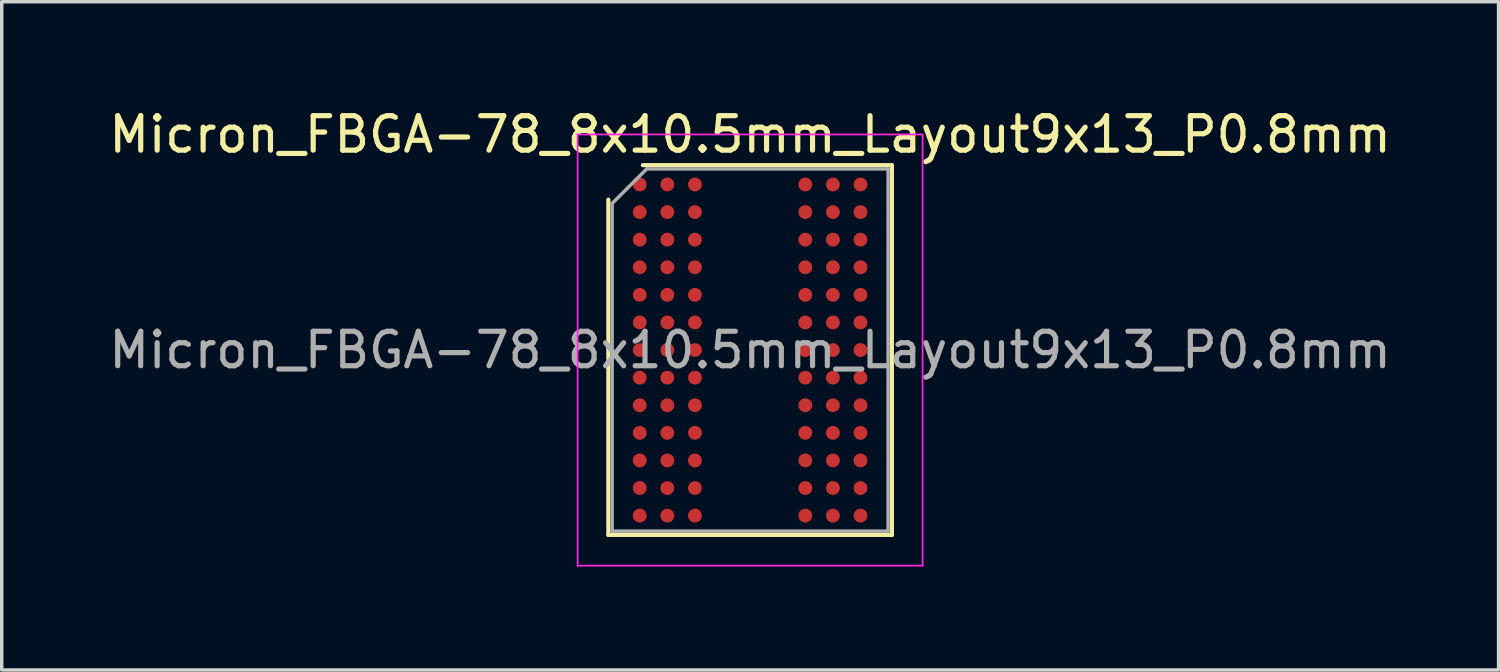
<source format=kicad_pcb>
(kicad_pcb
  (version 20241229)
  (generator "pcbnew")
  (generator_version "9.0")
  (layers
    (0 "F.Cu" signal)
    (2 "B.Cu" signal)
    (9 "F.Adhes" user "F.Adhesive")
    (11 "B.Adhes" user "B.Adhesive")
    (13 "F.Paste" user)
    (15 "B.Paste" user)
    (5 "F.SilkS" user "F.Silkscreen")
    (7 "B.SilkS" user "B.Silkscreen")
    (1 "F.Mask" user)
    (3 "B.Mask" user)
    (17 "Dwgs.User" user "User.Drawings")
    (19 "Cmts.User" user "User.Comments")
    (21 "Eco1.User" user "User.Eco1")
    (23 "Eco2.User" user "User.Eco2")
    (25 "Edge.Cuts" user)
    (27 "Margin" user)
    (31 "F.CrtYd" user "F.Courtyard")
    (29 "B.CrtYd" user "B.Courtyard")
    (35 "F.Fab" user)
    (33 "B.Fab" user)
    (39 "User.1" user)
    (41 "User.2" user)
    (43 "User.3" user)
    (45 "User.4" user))
  (footprint "Micron_FBGA-78_8x10.5mm_Layout9x13_P0.8mm"
    (layer "F.Cu")
    (at 18.696 7.098)
    (property "Reference" "Micron_FBGA-78_8x10.5mm_Layout9x13_P0.8mm" (at 0 -6.25 0) (layer "F.SilkS") (effects (font (size 1 1) (thickness 0.15))))
    (attr smd)
    (fp_line (start -4.11 5.36) (end -4.11 -4.36) (stroke (width 0.12) (type solid)) (layer "F.SilkS"))
    (fp_line (start -3.11 -5.36) (end 4.11 -5.36) (stroke (width 0.12) (type solid)) (layer "F.SilkS"))
    (fp_line (start 4.11 -5.36) (end 4.11 5.36) (stroke (width 0.12) (type solid)) (layer "F.SilkS"))
    (fp_line (start 4.11 5.36) (end -4.11 5.36) (stroke (width 0.12) (type solid)) (layer "F.SilkS"))
    (fp_line (start -5 -6.25) (end -5 6.25) (stroke (width 0.05) (type solid)) (layer "F.CrtYd"))
    (fp_line (start -5 6.25) (end 5 6.25) (stroke (width 0.05) (type solid)) (layer "F.CrtYd"))
    (fp_line (start 5 -6.25) (end -5 -6.25) (stroke (width 0.05) (type solid)) (layer "F.CrtYd"))
    (fp_line (start 5 6.25) (end 5 -6.25) (stroke (width 0.05) (type solid)) (layer "F.CrtYd"))
    (fp_line (start -4 -4.25) (end -3 -5.25) (stroke (width 0.1) (type solid)) (layer "F.Fab"))
    (fp_line (start -4 5.25) (end -4 -4.25) (stroke (width 0.1) (type solid)) (layer "F.Fab"))
    (fp_line (start -3 -5.25) (end 4 -5.25) (stroke (width 0.1) (type solid)) (layer "F.Fab"))
    (fp_line (start 4 -5.25) (end 4 5.25) (stroke (width 0.1) (type solid)) (layer "F.Fab"))
    (fp_line (start 4 5.25) (end -4 5.25) (stroke (width 0.1) (type solid)) (layer "F.Fab"))
    (fp_text user "${REFERENCE}" (at 0 0 0) (layer "F.Fab") (effects (font (size 1 1) (thickness 0.15))))
    (pad "A1" smd circle (at -3.2 -4.8) (size 0.4 0.4) (layers "F.Cu" "F.Mask" "F.Paste"))
    (pad "A2" smd circle (at -2.4 -4.8) (size 0.4 0.4) (layers "F.Cu" "F.Mask" "F.Paste"))
    (pad "A3" smd circle (at -1.6 -4.8) (size 0.4 0.4) (layers "F.Cu" "F.Mask" "F.Paste"))
    (pad "A7" smd circle (at 1.6 -4.8) (size 0.4 0.4) (layers "F.Cu" "F.Mask" "F.Paste"))
    (pad "A8" smd circle (at 2.4 -4.8) (size 0.4 0.4) (layers "F.Cu" "F.Mask" "F.Paste"))
    (pad "A9" smd circle (at 3.2 -4.8) (size 0.4 0.4) (layers "F.Cu" "F.Mask" "F.Paste"))
    (pad "B1" smd circle (at -3.2 -4) (size 0.4 0.4) (layers "F.Cu" "F.Mask" "F.Paste"))
    (pad "B2" smd circle (at -2.4 -4) (size 0.4 0.4) (layers "F.Cu" "F.Mask" "F.Paste"))
    (pad "B3" smd circle (at -1.6 -4) (size 0.4 0.4) (layers "F.Cu" "F.Mask" "F.Paste"))
    (pad "B7" smd circle (at 1.6 -4) (size 0.4 0.4) (layers "F.Cu" "F.Mask" "F.Paste"))
    (pad "B8" smd circle (at 2.4 -4) (size 0.4 0.4) (layers "F.Cu" "F.Mask" "F.Paste"))
    (pad "B9" smd circle (at 3.2 -4) (size 0.4 0.4) (layers "F.Cu" "F.Mask" "F.Paste"))
    (pad "C1" smd circle (at -3.2 -3.2) (size 0.4 0.4) (layers "F.Cu" "F.Mask" "F.Paste"))
    (pad "C2" smd circle (at -2.4 -3.2) (size 0.4 0.4) (layers "F.Cu" "F.Mask" "F.Paste"))
    (pad "C3" smd circle (at -1.6 -3.2) (size 0.4 0.4) (layers "F.Cu" "F.Mask" "F.Paste"))
    (pad "C7" smd circle (at 1.6 -3.2) (size 0.4 0.4) (layers "F.Cu" "F.Mask" "F.Paste"))
    (pad "C8" smd circle (at 2.4 -3.2) (size 0.4 0.4) (layers "F.Cu" "F.Mask" "F.Paste"))
    (pad "C9" smd circle (at 3.2 -3.2) (size 0.4 0.4) (layers "F.Cu" "F.Mask" "F.Paste"))
    (pad "D1" smd circle (at -3.2 -2.4) (size 0.4 0.4) (layers "F.Cu" "F.Mask" "F.Paste"))
    (pad "D2" smd circle (at -2.4 -2.4) (size 0.4 0.4) (layers "F.Cu" "F.Mask" "F.Paste"))
    (pad "D3" smd circle (at -1.6 -2.4) (size 0.4 0.4) (layers "F.Cu" "F.Mask" "F.Paste"))
    (pad "D7" smd circle (at 1.6 -2.4) (size 0.4 0.4) (layers "F.Cu" "F.Mask" "F.Paste"))
    (pad "D8" smd circle (at 2.4 -2.4) (size 0.4 0.4) (layers "F.Cu" "F.Mask" "F.Paste"))
    (pad "D9" smd circle (at 3.2 -2.4) (size 0.4 0.4) (layers "F.Cu" "F.Mask" "F.Paste"))
    (pad "E1" smd circle (at -3.2 -1.6) (size 0.4 0.4) (layers "F.Cu" "F.Mask" "F.Paste"))
    (pad "E2" smd circle (at -2.4 -1.6) (size 0.4 0.4) (layers "F.Cu" "F.Mask" "F.Paste"))
    (pad "E3" smd circle (at -1.6 -1.6) (size 0.4 0.4) (layers "F.Cu" "F.Mask" "F.Paste"))
    (pad "E7" smd circle (at 1.6 -1.6) (size 0.4 0.4) (layers "F.Cu" "F.Mask" "F.Paste"))
    (pad "E8" smd circle (at 2.4 -1.6) (size 0.4 0.4) (layers "F.Cu" "F.Mask" "F.Paste"))
    (pad "E9" smd circle (at 3.2 -1.6) (size 0.4 0.4) (layers "F.Cu" "F.Mask" "F.Paste"))
    (pad "F1" smd circle (at -3.2 -0.8) (size 0.4 0.4) (layers "F.Cu" "F.Mask" "F.Paste"))
    (pad "F2" smd circle (at -2.4 -0.8) (size 0.4 0.4) (layers "F.Cu" "F.Mask" "F.Paste"))
    (pad "F3" smd circle (at -1.6 -0.8) (size 0.4 0.4) (layers "F.Cu" "F.Mask" "F.Paste"))
    (pad "F7" smd circle (at 1.6 -0.8) (size 0.4 0.4) (layers "F.Cu" "F.Mask" "F.Paste"))
    (pad "F8" smd circle (at 2.4 -0.8) (size 0.4 0.4) (layers "F.Cu" "F.Mask" "F.Paste"))
    (pad "F9" smd circle (at 3.2 -0.8) (size 0.4 0.4) (layers "F.Cu" "F.Mask" "F.Paste"))
    (pad "G1" smd circle (at -3.2 0) (size 0.4 0.4) (layers "F.Cu" "F.Mask" "F.Paste"))
    (pad "G2" smd circle (at -2.4 0) (size 0.4 0.4) (layers "F.Cu" "F.Mask" "F.Paste"))
    (pad "G3" smd circle (at -1.6 0) (size 0.4 0.4) (layers "F.Cu" "F.Mask" "F.Paste"))
    (pad "G7" smd circle (at 1.6 0) (size 0.4 0.4) (layers "F.Cu" "F.Mask" "F.Paste"))
    (pad "G8" smd circle (at 2.4 0) (size 0.4 0.4) (layers "F.Cu" "F.Mask" "F.Paste"))
    (pad "G9" smd circle (at 3.2 0) (size 0.4 0.4) (layers "F.Cu" "F.Mask" "F.Paste"))
    (pad "H1" smd circle (at -3.2 0.8) (size 0.4 0.4) (layers "F.Cu" "F.Mask" "F.Paste"))
    (pad "H2" smd circle (at -2.4 0.8) (size 0.4 0.4) (layers "F.Cu" "F.Mask" "F.Paste"))
    (pad "H3" smd circle (at -1.6 0.8) (size 0.4 0.4) (layers "F.Cu" "F.Mask" "F.Paste"))
    (pad "H7" smd circle (at 1.6 0.8) (size 0.4 0.4) (layers "F.Cu" "F.Mask" "F.Paste"))
    (pad "H8" smd circle (at 2.4 0.8) (size 0.4 0.4) (layers "F.Cu" "F.Mask" "F.Paste"))
    (pad "H9" smd circle (at 3.2 0.8) (size 0.4 0.4) (layers "F.Cu" "F.Mask" "F.Paste"))
    (pad "J1" smd circle (at -3.2 1.6) (size 0.4 0.4) (layers "F.Cu" "F.Mask" "F.Paste"))
    (pad "J2" smd circle (at -2.4 1.6) (size 0.4 0.4) (layers "F.Cu" "F.Mask" "F.Paste"))
    (pad "J3" smd circle (at -1.6 1.6) (size 0.4 0.4) (layers "F.Cu" "F.Mask" "F.Paste"))
    (pad "J7" smd circle (at 1.6 1.6) (size 0.4 0.4) (layers "F.Cu" "F.Mask" "F.Paste"))
    (pad "J8" smd circle (at 2.4 1.6) (size 0.4 0.4) (layers "F.Cu" "F.Mask" "F.Paste"))
    (pad "J9" smd circle (at 3.2 1.6) (size 0.4 0.4) (layers "F.Cu" "F.Mask" "F.Paste"))
    (pad "K1" smd circle (at -3.2 2.4) (size 0.4 0.4) (layers "F.Cu" "F.Mask" "F.Paste"))
    (pad "K2" smd circle (at -2.4 2.4) (size 0.4 0.4) (layers "F.Cu" "F.Mask" "F.Paste"))
    (pad "K3" smd circle (at -1.6 2.4) (size 0.4 0.4) (layers "F.Cu" "F.Mask" "F.Paste"))
    (pad "K7" smd circle (at 1.6 2.4) (size 0.4 0.4) (layers "F.Cu" "F.Mask" "F.Paste"))
    (pad "K8" smd circle (at 2.4 2.4) (size 0.4 0.4) (layers "F.Cu" "F.Mask" "F.Paste"))
    (pad "K9" smd circle (at 3.2 2.4) (size 0.4 0.4) (layers "F.Cu" "F.Mask" "F.Paste"))
    (pad "L1" smd circle (at -3.2 3.2) (size 0.4 0.4) (layers "F.Cu" "F.Mask" "F.Paste"))
    (pad "L2" smd circle (at -2.4 3.2) (size 0.4 0.4) (layers "F.Cu" "F.Mask" "F.Paste"))
    (pad "L3" smd circle (at -1.6 3.2) (size 0.4 0.4) (layers "F.Cu" "F.Mask" "F.Paste"))
    (pad "L7" smd circle (at 1.6 3.2) (size 0.4 0.4) (layers "F.Cu" "F.Mask" "F.Paste"))
    (pad "L8" smd circle (at 2.4 3.2) (size 0.4 0.4) (layers "F.Cu" "F.Mask" "F.Paste"))
    (pad "L9" smd circle (at 3.2 3.2) (size 0.4 0.4) (layers "F.Cu" "F.Mask" "F.Paste"))
    (pad "M1" smd circle (at -3.2 4) (size 0.4 0.4) (layers "F.Cu" "F.Mask" "F.Paste"))
    (pad "M2" smd circle (at -2.4 4) (size 0.4 0.4) (layers "F.Cu" "F.Mask" "F.Paste"))
    (pad "M3" smd circle (at -1.6 4) (size 0.4 0.4) (layers "F.Cu" "F.Mask" "F.Paste"))
    (pad "M7" smd circle (at 1.6 4) (size 0.4 0.4) (layers "F.Cu" "F.Mask" "F.Paste"))
    (pad "M8" smd circle (at 2.4 4) (size 0.4 0.4) (layers "F.Cu" "F.Mask" "F.Paste"))
    (pad "M9" smd circle (at 3.2 4) (size 0.4 0.4) (layers "F.Cu" "F.Mask" "F.Paste"))
    (pad "N1" smd circle (at -3.2 4.8) (size 0.4 0.4) (layers "F.Cu" "F.Mask" "F.Paste"))
    (pad "N2" smd circle (at -2.4 4.8) (size 0.4 0.4) (layers "F.Cu" "F.Mask" "F.Paste"))
    (pad "N3" smd circle (at -1.6 4.8) (size 0.4 0.4) (layers "F.Cu" "F.Mask" "F.Paste"))
    (pad "N7" smd circle (at 1.6 4.8) (size 0.4 0.4) (layers "F.Cu" "F.Mask" "F.Paste"))
    (pad "N8" smd circle (at 2.4 4.8) (size 0.4 0.4) (layers "F.Cu" "F.Mask" "F.Paste"))
    (pad "N9" smd circle (at 3.2 4.8) (size 0.4 0.4) (layers "F.Cu" "F.Mask" "F.Paste")))
  (gr_rect
    (start -3 -3)
    (end 40.393 16.373)
    (stroke (width 0.1) (type default))
    (fill no)
    (layer "Edge.Cuts")))
</source>
